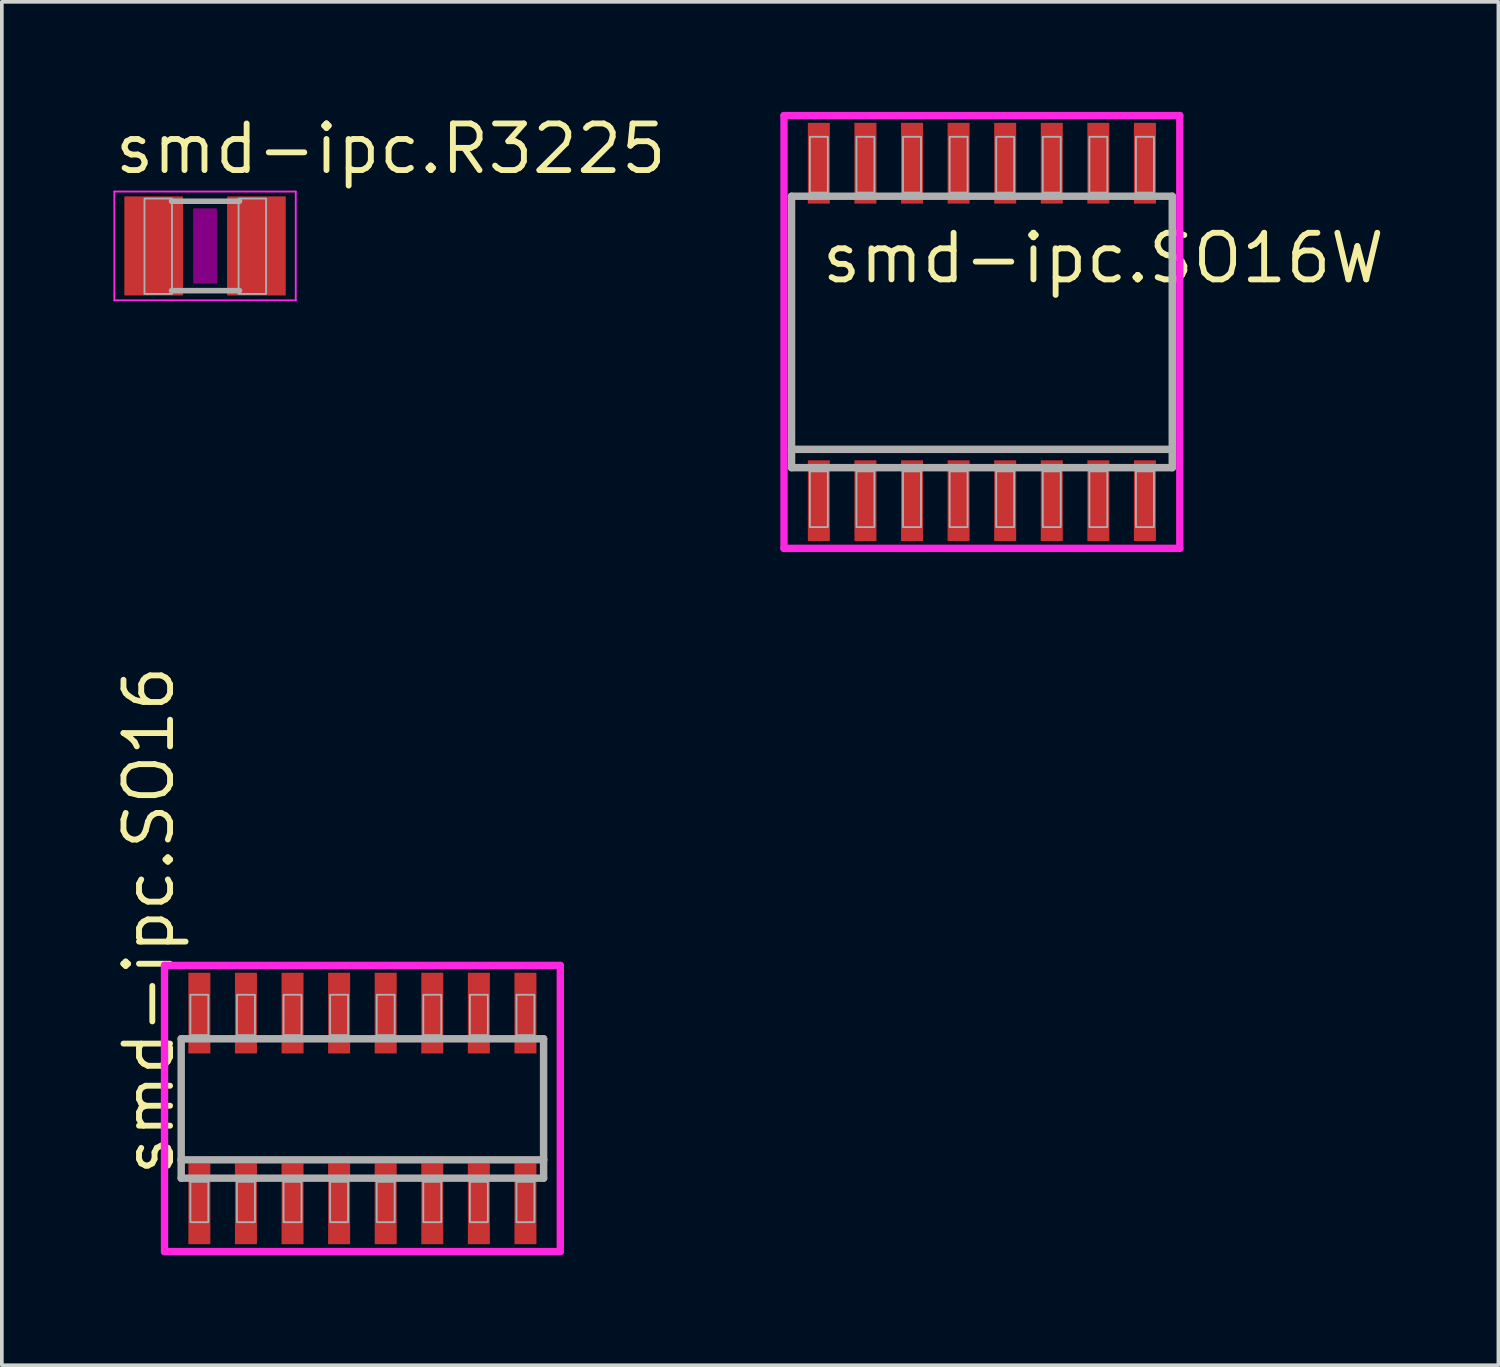
<source format=kicad_pcb>
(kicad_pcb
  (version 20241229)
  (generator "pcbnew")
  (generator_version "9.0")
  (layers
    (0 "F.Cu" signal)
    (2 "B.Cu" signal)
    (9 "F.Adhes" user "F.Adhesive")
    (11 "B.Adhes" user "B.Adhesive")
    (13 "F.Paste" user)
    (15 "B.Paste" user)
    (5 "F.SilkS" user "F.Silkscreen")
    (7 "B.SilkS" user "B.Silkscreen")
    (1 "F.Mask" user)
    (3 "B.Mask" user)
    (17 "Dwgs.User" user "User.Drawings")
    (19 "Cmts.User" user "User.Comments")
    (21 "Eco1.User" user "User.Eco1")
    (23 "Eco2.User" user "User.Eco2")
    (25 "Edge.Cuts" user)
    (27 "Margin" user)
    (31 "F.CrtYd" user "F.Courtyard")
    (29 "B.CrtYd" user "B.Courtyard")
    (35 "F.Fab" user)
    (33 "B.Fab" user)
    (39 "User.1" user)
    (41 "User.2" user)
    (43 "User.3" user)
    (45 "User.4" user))
  (footprint "smd-ipc.R3225"
    (layer "F.Cu")
    (at 2.54 3.655)
    (property "Reference" "smd-ipc.R3225" (at -2.54 -1.905 0) (layer "F.SilkS") (effects (font (size 1.27 1.27) (thickness 0.16)) (justify left bottom)))
    (attr smd)
    (fp_rect (start -0.3 1) (end 0.3 -1) (stroke (width 0.05) (type default)) (fill yes) (layer "F.Adhes"))
    (fp_line (start -2.473 -1.483) (end 2.473 -1.483) (stroke (width 0.051) (type default)) (layer "F.CrtYd"))
    (fp_line (start -2.473 1.483) (end -2.473 -1.483) (stroke (width 0.051) (type default)) (layer "F.CrtYd"))
    (fp_line (start 2.473 -1.483) (end 2.473 1.483) (stroke (width 0.051) (type default)) (layer "F.CrtYd"))
    (fp_line (start 2.473 1.483) (end -2.473 1.483) (stroke (width 0.051) (type default)) (layer "F.CrtYd"))
    (fp_line (start -0.913 -1.219) (end 0.939 -1.219) (stroke (width 0.152) (type default)) (layer "F.Fab"))
    (fp_line (start -0.913 1.219) (end 0.939 1.219) (stroke (width 0.152) (type default)) (layer "F.Fab"))
    (fp_rect (start -1.651 1.308) (end -0.901 -1.292) (stroke (width 0.05) (type default)) (fill no) (layer "F.Fab"))
    (fp_rect (start 0.914 1.308) (end 1.665 -1.292) (stroke (width 0.05) (type default)) (fill no) (layer "F.Fab"))
    (pad "1" smd roundrect (at -1.4 0) (size 1.6 2.7) (layers "F.Cu" "F.Mask" "F.Paste") (roundrect_rratio 0.01))
    (pad "2" smd roundrect (at 1.4 0) (size 1.6 2.7) (layers "F.Cu" "F.Mask" "F.Paste") (roundrect_rratio 0.01)))
  (footprint "smd-ipc.SO16"
    (layer "F.Cu")
    (at 6.83 27.17)
    (property "Reference" "smd-ipc.SO16" (at -5.08 1.905 90) (layer "F.SilkS") (effects (font (size 1.27 1.27) (thickness 0.16)) (justify left bottom)))
    (attr smd)
    (fp_line (start -5.395 -3.9) (end 5.395 -3.9) (stroke (width 0.2) (type default)) (layer "F.CrtYd"))
    (fp_line (start -5.395 3.9) (end -5.395 -3.9) (stroke (width 0.2) (type default)) (layer "F.CrtYd"))
    (fp_line (start 5.395 -3.9) (end 5.395 3.9) (stroke (width 0.2) (type default)) (layer "F.CrtYd"))
    (fp_line (start 5.395 3.9) (end -5.395 3.9) (stroke (width 0.2) (type default)) (layer "F.CrtYd"))
    (fp_line (start -4.94 -1.9) (end 4.94 -1.9) (stroke (width 0.203) (type default)) (layer "F.Fab"))
    (fp_line (start -4.94 1.4) (end -4.94 -1.9) (stroke (width 0.203) (type default)) (layer "F.Fab"))
    (fp_line (start -4.94 1.9) (end -4.94 1.4) (stroke (width 0.203) (type default)) (layer "F.Fab"))
    (fp_line (start 4.94 -1.9) (end 4.94 1.4) (stroke (width 0.203) (type default)) (layer "F.Fab"))
    (fp_line (start 4.94 1.4) (end -4.94 1.4) (stroke (width 0.203) (type default)) (layer "F.Fab"))
    (fp_line (start 4.94 1.4) (end 4.94 1.9) (stroke (width 0.203) (type default)) (layer "F.Fab"))
    (fp_line (start 4.94 1.9) (end -4.94 1.9) (stroke (width 0.203) (type default)) (layer "F.Fab"))
    (fp_rect (start -4.69 -2) (end -4.2 -3.1) (stroke (width 0.05) (type default)) (fill no) (layer "F.Fab"))
    (fp_rect (start -4.69 3.1) (end -4.2 2) (stroke (width 0.05) (type default)) (fill no) (layer "F.Fab"))
    (fp_rect (start -3.42 -2) (end -2.93 -3.1) (stroke (width 0.05) (type default)) (fill no) (layer "F.Fab"))
    (fp_rect (start -3.42 3.1) (end -2.93 2) (stroke (width 0.05) (type default)) (fill no) (layer "F.Fab"))
    (fp_rect (start -2.15 -2) (end -1.66 -3.1) (stroke (width 0.05) (type default)) (fill no) (layer "F.Fab"))
    (fp_rect (start -2.15 3.1) (end -1.66 2) (stroke (width 0.05) (type default)) (fill no) (layer "F.Fab"))
    (fp_rect (start -0.88 -2) (end -0.39 -3.1) (stroke (width 0.05) (type default)) (fill no) (layer "F.Fab"))
    (fp_rect (start -0.88 3.1) (end -0.39 2) (stroke (width 0.05) (type default)) (fill no) (layer "F.Fab"))
    (fp_rect (start 0.39 -2) (end 0.88 -3.1) (stroke (width 0.05) (type default)) (fill no) (layer "F.Fab"))
    (fp_rect (start 0.39 3.1) (end 0.88 2) (stroke (width 0.05) (type default)) (fill no) (layer "F.Fab"))
    (fp_rect (start 1.66 -2) (end 2.15 -3.1) (stroke (width 0.05) (type default)) (fill no) (layer "F.Fab"))
    (fp_rect (start 1.66 3.1) (end 2.15 2) (stroke (width 0.05) (type default)) (fill no) (layer "F.Fab"))
    (fp_rect (start 2.93 -2) (end 3.42 -3.1) (stroke (width 0.05) (type default)) (fill no) (layer "F.Fab"))
    (fp_rect (start 2.93 3.1) (end 3.42 2) (stroke (width 0.05) (type default)) (fill no) (layer "F.Fab"))
    (fp_rect (start 4.2 -2) (end 4.69 -3.1) (stroke (width 0.05) (type default)) (fill no) (layer "F.Fab"))
    (fp_rect (start 4.2 3.1) (end 4.69 2) (stroke (width 0.05) (type default)) (fill no) (layer "F.Fab"))
    (pad "1" smd roundrect (at -4.445 2.6) (size 0.6 2.2) (layers "F.Cu" "F.Mask" "F.Paste") (roundrect_rratio 0.01))
    (pad "2" smd roundrect (at -3.175 2.6) (size 0.6 2.2) (layers "F.Cu" "F.Mask" "F.Paste") (roundrect_rratio 0.01))
    (pad "3" smd roundrect (at -1.905 2.6) (size 0.6 2.2) (layers "F.Cu" "F.Mask" "F.Paste") (roundrect_rratio 0.01))
    (pad "4" smd roundrect (at -0.635 2.6) (size 0.6 2.2) (layers "F.Cu" "F.Mask" "F.Paste") (roundrect_rratio 0.01))
    (pad "5" smd roundrect (at 0.635 2.6) (size 0.6 2.2) (layers "F.Cu" "F.Mask" "F.Paste") (roundrect_rratio 0.01))
    (pad "6" smd roundrect (at 1.905 2.6) (size 0.6 2.2) (layers "F.Cu" "F.Mask" "F.Paste") (roundrect_rratio 0.01))
    (pad "7" smd roundrect (at 3.175 2.6) (size 0.6 2.2) (layers "F.Cu" "F.Mask" "F.Paste") (roundrect_rratio 0.01))
    (pad "8" smd roundrect (at 4.445 2.6) (size 0.6 2.2) (layers "F.Cu" "F.Mask" "F.Paste") (roundrect_rratio 0.01))
    (pad "9" smd roundrect (at 4.445 -2.6) (size 0.6 2.2) (layers "F.Cu" "F.Mask" "F.Paste") (roundrect_rratio 0.01))
    (pad "10" smd roundrect (at 3.175 -2.6) (size 0.6 2.2) (layers "F.Cu" "F.Mask" "F.Paste") (roundrect_rratio 0.01))
    (pad "11" smd roundrect (at 1.905 -2.6) (size 0.6 2.2) (layers "F.Cu" "F.Mask" "F.Paste") (roundrect_rratio 0.01))
    (pad "12" smd roundrect (at 0.635 -2.6) (size 0.6 2.2) (layers "F.Cu" "F.Mask" "F.Paste") (roundrect_rratio 0.01))
    (pad "13" smd roundrect (at -0.635 -2.6) (size 0.6 2.2) (layers "F.Cu" "F.Mask" "F.Paste") (roundrect_rratio 0.01))
    (pad "14" smd roundrect (at -1.905 -2.6) (size 0.6 2.2) (layers "F.Cu" "F.Mask" "F.Paste") (roundrect_rratio 0.01))
    (pad "15" smd roundrect (at -3.175 -2.6) (size 0.6 2.2) (layers "F.Cu" "F.Mask" "F.Paste") (roundrect_rratio 0.01))
    (pad "16" smd roundrect (at -4.445 -2.6) (size 0.6 2.2) (layers "F.Cu" "F.Mask" "F.Paste") (roundrect_rratio 0.01)))
  (footprint "smd-ipc.SO16W"
    (layer "F.Cu")
    (at 23.719 6)
    (property "Reference" "smd-ipc.SO16W" (at -4.445 -1.27 0) (layer "F.SilkS") (effects (font (size 1.27 1.27) (thickness 0.16)) (justify left bottom)))
    (attr smd)
    (fp_line (start -5.395 -5.9) (end 5.395 -5.9) (stroke (width 0.2) (type default)) (layer "F.CrtYd"))
    (fp_line (start -5.395 5.9) (end -5.395 -5.9) (stroke (width 0.2) (type default)) (layer "F.CrtYd"))
    (fp_line (start 5.395 -5.9) (end 5.395 5.9) (stroke (width 0.2) (type default)) (layer "F.CrtYd"))
    (fp_line (start 5.395 5.9) (end -5.395 5.9) (stroke (width 0.2) (type default)) (layer "F.CrtYd"))
    (fp_line (start -5.19 -3.7) (end 5.19 -3.7) (stroke (width 0.203) (type default)) (layer "F.Fab"))
    (fp_line (start -5.19 3.2) (end -5.19 -3.7) (stroke (width 0.203) (type default)) (layer "F.Fab"))
    (fp_line (start -5.19 3.7) (end -5.19 3.2) (stroke (width 0.203) (type default)) (layer "F.Fab"))
    (fp_line (start 5.19 -3.7) (end 5.19 3.2) (stroke (width 0.203) (type default)) (layer "F.Fab"))
    (fp_line (start 5.19 3.2) (end -5.19 3.2) (stroke (width 0.203) (type default)) (layer "F.Fab"))
    (fp_line (start 5.19 3.2) (end 5.19 3.7) (stroke (width 0.203) (type default)) (layer "F.Fab"))
    (fp_line (start 5.19 3.7) (end -5.19 3.7) (stroke (width 0.203) (type default)) (layer "F.Fab"))
    (fp_rect (start -4.69 -3.8) (end -4.2 -5.32) (stroke (width 0.05) (type default)) (fill no) (layer "F.Fab"))
    (fp_rect (start -4.69 5.32) (end -4.2 3.8) (stroke (width 0.05) (type default)) (fill no) (layer "F.Fab"))
    (fp_rect (start -3.42 -3.8) (end -2.93 -5.32) (stroke (width 0.05) (type default)) (fill no) (layer "F.Fab"))
    (fp_rect (start -3.42 5.32) (end -2.93 3.8) (stroke (width 0.05) (type default)) (fill no) (layer "F.Fab"))
    (fp_rect (start -2.15 -3.8) (end -1.66 -5.32) (stroke (width 0.05) (type default)) (fill no) (layer "F.Fab"))
    (fp_rect (start -2.15 5.32) (end -1.66 3.8) (stroke (width 0.05) (type default)) (fill no) (layer "F.Fab"))
    (fp_rect (start -0.88 -3.8) (end -0.39 -5.32) (stroke (width 0.05) (type default)) (fill no) (layer "F.Fab"))
    (fp_rect (start -0.88 5.32) (end -0.39 3.8) (stroke (width 0.05) (type default)) (fill no) (layer "F.Fab"))
    (fp_rect (start 0.39 -3.8) (end 0.88 -5.32) (stroke (width 0.05) (type default)) (fill no) (layer "F.Fab"))
    (fp_rect (start 0.39 5.32) (end 0.88 3.8) (stroke (width 0.05) (type default)) (fill no) (layer "F.Fab"))
    (fp_rect (start 1.66 -3.8) (end 2.15 -5.32) (stroke (width 0.05) (type default)) (fill no) (layer "F.Fab"))
    (fp_rect (start 1.66 5.32) (end 2.15 3.8) (stroke (width 0.05) (type default)) (fill no) (layer "F.Fab"))
    (fp_rect (start 2.93 -3.8) (end 3.42 -5.32) (stroke (width 0.05) (type default)) (fill no) (layer "F.Fab"))
    (fp_rect (start 2.93 5.32) (end 3.42 3.8) (stroke (width 0.05) (type default)) (fill no) (layer "F.Fab"))
    (fp_rect (start 4.2 -3.8) (end 4.69 -5.32) (stroke (width 0.05) (type default)) (fill no) (layer "F.Fab"))
    (fp_rect (start 4.2 5.32) (end 4.69 3.8) (stroke (width 0.05) (type default)) (fill no) (layer "F.Fab"))
    (pad "1" smd roundrect (at -4.445 4.6) (size 0.6 2.2) (layers "F.Cu" "F.Mask" "F.Paste") (roundrect_rratio 0.01))
    (pad "2" smd roundrect (at -3.175 4.6) (size 0.6 2.2) (layers "F.Cu" "F.Mask" "F.Paste") (roundrect_rratio 0.01))
    (pad "3" smd roundrect (at -1.905 4.6) (size 0.6 2.2) (layers "F.Cu" "F.Mask" "F.Paste") (roundrect_rratio 0.01))
    (pad "4" smd roundrect (at -0.635 4.6) (size 0.6 2.2) (layers "F.Cu" "F.Mask" "F.Paste") (roundrect_rratio 0.01))
    (pad "5" smd roundrect (at 0.635 4.6) (size 0.6 2.2) (layers "F.Cu" "F.Mask" "F.Paste") (roundrect_rratio 0.01))
    (pad "6" smd roundrect (at 1.905 4.6) (size 0.6 2.2) (layers "F.Cu" "F.Mask" "F.Paste") (roundrect_rratio 0.01))
    (pad "7" smd roundrect (at 3.175 4.6) (size 0.6 2.2) (layers "F.Cu" "F.Mask" "F.Paste") (roundrect_rratio 0.01))
    (pad "8" smd roundrect (at 4.445 4.6) (size 0.6 2.2) (layers "F.Cu" "F.Mask" "F.Paste") (roundrect_rratio 0.01))
    (pad "9" smd roundrect (at 4.445 -4.6) (size 0.6 2.2) (layers "F.Cu" "F.Mask" "F.Paste") (roundrect_rratio 0.01))
    (pad "10" smd roundrect (at 3.175 -4.6) (size 0.6 2.2) (layers "F.Cu" "F.Mask" "F.Paste") (roundrect_rratio 0.01))
    (pad "11" smd roundrect (at 1.905 -4.6) (size 0.6 2.2) (layers "F.Cu" "F.Mask" "F.Paste") (roundrect_rratio 0.01))
    (pad "12" smd roundrect (at 0.635 -4.6) (size 0.6 2.2) (layers "F.Cu" "F.Mask" "F.Paste") (roundrect_rratio 0.01))
    (pad "13" smd roundrect (at -0.635 -4.6) (size 0.6 2.2) (layers "F.Cu" "F.Mask" "F.Paste") (roundrect_rratio 0.01))
    (pad "14" smd roundrect (at -1.905 -4.6) (size 0.6 2.2) (layers "F.Cu" "F.Mask" "F.Paste") (roundrect_rratio 0.01))
    (pad "15" smd roundrect (at -3.175 -4.6) (size 0.6 2.2) (layers "F.Cu" "F.Mask" "F.Paste") (roundrect_rratio 0.01))
    (pad "16" smd roundrect (at -4.445 -4.6) (size 0.6 2.2) (layers "F.Cu" "F.Mask" "F.Paste") (roundrect_rratio 0.01)))
  (gr_rect
    (start -3 -3)
    (end 37.8 34.17)
    (stroke (width 0.1) (type default))
    (fill no)
    (layer "Edge.Cuts")))
</source>
